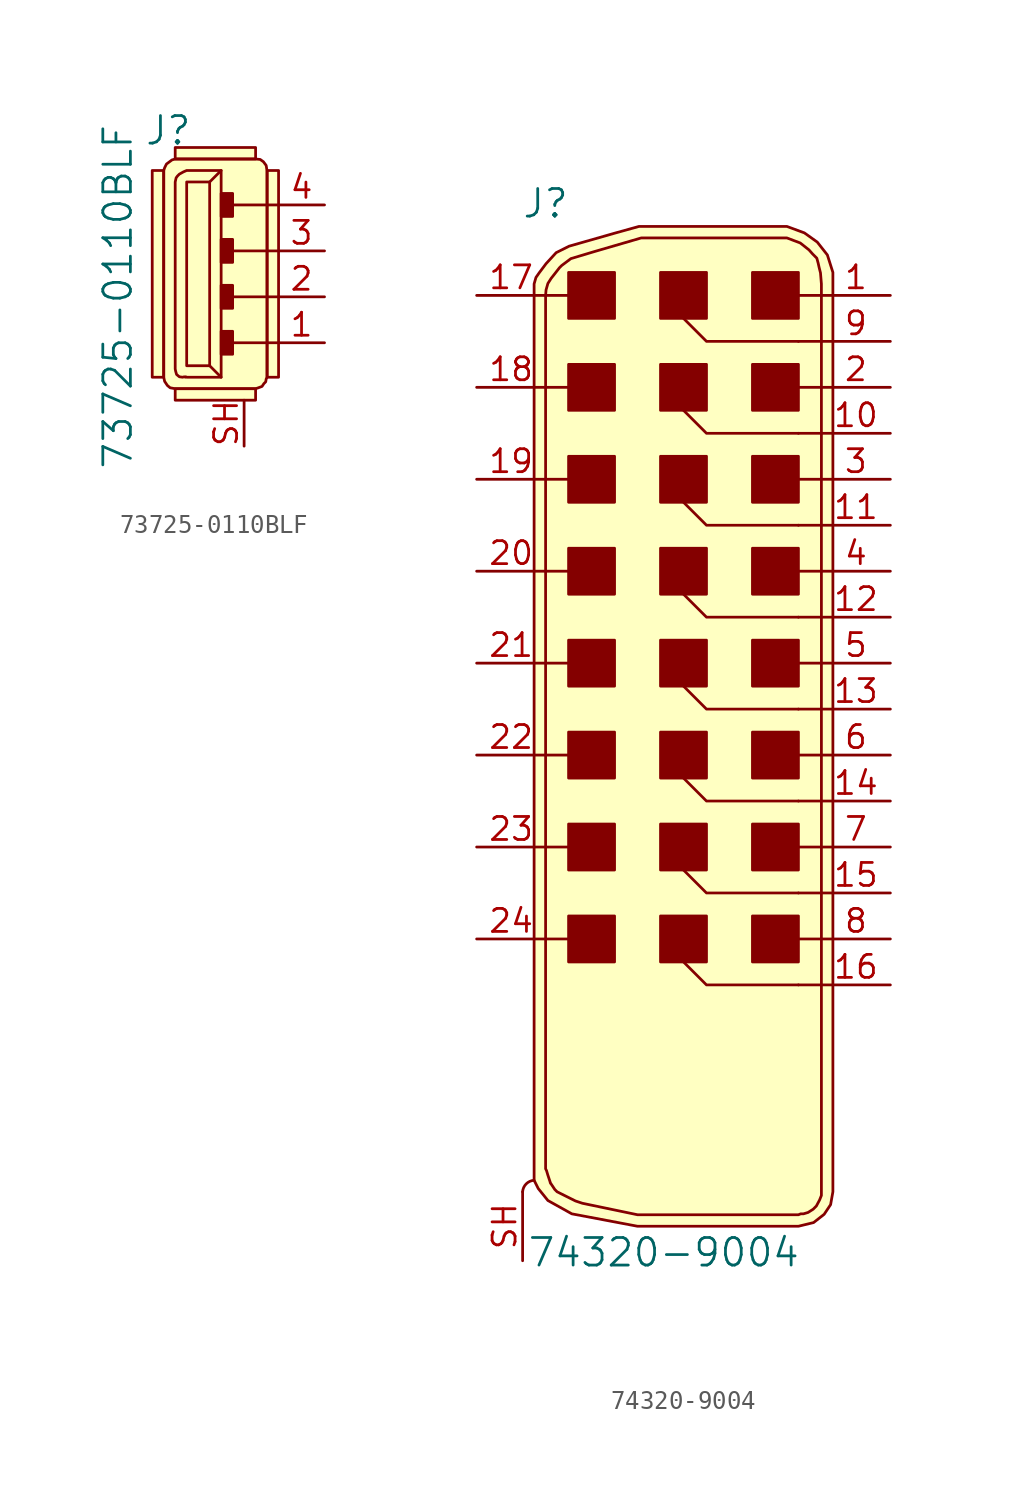
<source format=kicad_sym>
(kicad_symbol_lib
  (version 20201005)
  (generator kicad_symbol_editor)
  (symbol "73725-0110BLF"
    (pin_names
      (offset 1.016))
    (property "Reference" "J"
      (at -1.016 9.195 0)
      (effects (font (size 1.524 1.524))))
    (property "Value" "73725-0110BLF"
      (at -3.81 0 90)
      (effects (font (size 1.524 1.524))))
    (symbol "73725-0110BLF_0_1"
      (rectangle (start -1.27 -4.445) (end -1.905 6.985) (stroke (width 0)) (fill (type background)))
      (rectangle (start 1.27 6.35) (end 0 -3.81) (stroke (width 0)) (fill (type none)))
      (rectangle (start 2.54 -1.905) (end 1.905 -3.175) (stroke (width 0)) (fill (type outline)))
      (rectangle (start 2.54 0.635) (end 1.905 -0.635) (stroke (width 0)) (fill (type outline)))
      (rectangle (start 2.54 3.175) (end 1.905 1.905) (stroke (width 0)) (fill (type outline)))
      (rectangle (start 2.54 4.445) (end 1.905 5.715) (stroke (width 0)) (fill (type outline)))
      (rectangle (start 3.81 -5.08) (end -0.635 -5.715) (stroke (width 0)) (fill (type background)))
      (rectangle (start 3.81 7.62) (end -0.635 8.255) (stroke (width 0)) (fill (type background)))
      (rectangle (start 4.445 6.985) (end 5.08 -4.445) (stroke (width 0)) (fill (type background)))
      (polyline (pts (xy 1.27 -3.81) (xy 1.905 -4.445)) (stroke (width 0)) (fill (type none)))
      (polyline (pts (xy 1.27 6.35) (xy 1.905 6.985)) (stroke (width 0)) (fill (type none)))
      (polyline (pts (xy 5.08 -2.54) (xy 2.54 -2.54)) (stroke (width 0)) (fill (type none)))
      (polyline (pts (xy 5.08 0) (xy 2.54 0)) (stroke (width 0)) (fill (type none)))
      (polyline (pts (xy 5.08 2.54) (xy 2.54 2.54)) (stroke (width 0)) (fill (type none)))
      (polyline (pts (xy 5.08 5.08) (xy 2.54 5.08)) (stroke (width 0)) (fill (type none)))
      (polyline (pts (xy -0.635 6.35) (xy -0.635 -3.81) (xy -0.635 -3.988) (xy -0.61 -4.115) (xy -0.559 -4.293) (xy -0.406 -4.42) (xy -0.229 -4.445) (xy -0.127 -4.42) (xy -0.076 -4.445) (xy -0.051 -4.42) (xy 0 -4.445) (xy 1.905 -4.445) (xy 1.905 6.985) (xy 0 6.985) (xy -0.178 6.909) (xy -0.406 6.782) (xy -0.508 6.68) (xy -0.584 6.579) (xy -0.635 6.35)) (stroke (width 0)) (fill (type none)))
      (polyline (pts (xy -0.635 -5.08) (xy 3.81 -5.08) (xy 3.962 -5.029) (xy 4.166 -4.953) (xy 4.267 -4.801) (xy 4.369 -4.699) (xy 4.394 -4.547) (xy 4.445 -4.445) (xy 4.445 6.985) (xy 4.42 7.087) (xy 4.42 7.112) (xy 4.394 7.264) (xy 4.242 7.468) (xy 4.064 7.595) (xy 3.81 7.62) (xy -0.635 7.62) (xy -0.813 7.569) (xy -1.118 7.341) (xy -1.219 7.137) (xy -1.27 6.985) (xy -1.27 -4.445) (xy -1.219 -4.674) (xy -1.067 -4.902) (xy -0.914 -5.029) (xy -0.635 -5.08)) (stroke (width 0)) (fill (type background))))
    (symbol "73725-0110BLF_1_1"
      (pin passive line (at 7.62 -2.54 180) (length 2.54) (name "~" (effects (font (size 1.27 1.27)))) (number "1" (effects (font (size 1.27 1.27)))))
      (pin passive line (at 7.62 0 180) (length 2.54) (name "~" (effects (font (size 1.27 1.27)))) (number "2" (effects (font (size 1.27 1.27)))))
      (pin passive line (at 7.62 2.54 180) (length 2.54) (name "~" (effects (font (size 1.27 1.27)))) (number "3" (effects (font (size 1.27 1.27)))))
      (pin passive line (at 7.62 5.08 180) (length 2.54) (name "~" (effects (font (size 1.27 1.27)))) (number "4" (effects (font (size 1.27 1.27)))))
      (pin passive line (at 3.175 -8.255 90) (length 2.54) (name "~" (effects (font (size 1.27 1.27)))) (number "SH" (effects (font (size 1.27 1.27)))))))
  (symbol "74320-9004"
    (pin_names
      (offset 1.016))
    (property "Reference" "J"
      (at -8.89 27.94 0)
      (effects (font (size 1.524 1.524))))
    (property "Value" "74320-9004"
      (at -2.362 -30.023 0)
      (effects (font (size 1.524 1.524))))
    (symbol "74320-9004_0_1"
      (arc (start -10.16 -26.67) (end -9.525 -26.035) (radius (at -9.525 -26.6954) (length 0.635) (angles 177.7 90)) (stroke (width 0)) (fill (type none)))
      (rectangle (start -5.08 -11.43) (end -7.62 -13.97) (stroke (width 0)) (fill (type outline)))
      (rectangle (start -5.08 -6.35) (end -7.62 -8.89) (stroke (width 0)) (fill (type outline)))
      (rectangle (start -5.08 -1.27) (end -7.62 -3.81) (stroke (width 0)) (fill (type outline)))
      (rectangle (start -5.08 3.81) (end -7.62 1.27) (stroke (width 0)) (fill (type outline)))
      (rectangle (start -5.08 8.89) (end -7.62 6.35) (stroke (width 0)) (fill (type outline)))
      (rectangle (start -5.08 13.97) (end -7.62 11.43) (stroke (width 0)) (fill (type outline)))
      (rectangle (start -5.08 19.05) (end -7.62 16.51) (stroke (width 0)) (fill (type outline)))
      (rectangle (start -5.08 24.13) (end -7.62 21.59) (stroke (width 0)) (fill (type outline)))
      (rectangle (start 0 -11.43) (end -2.54 -13.97) (stroke (width 0)) (fill (type outline)))
      (rectangle (start 0 -6.35) (end -2.54 -8.89) (stroke (width 0)) (fill (type outline)))
      (rectangle (start 0 -1.27) (end -2.54 -3.81) (stroke (width 0)) (fill (type outline)))
      (rectangle (start 0 3.81) (end -2.54 1.27) (stroke (width 0)) (fill (type outline)))
      (rectangle (start 0 8.89) (end -2.54 6.35) (stroke (width 0)) (fill (type outline)))
      (rectangle (start 0 13.97) (end -2.54 11.43) (stroke (width 0)) (fill (type outline)))
      (rectangle (start 0 19.05) (end -2.54 16.51) (stroke (width 0)) (fill (type outline)))
      (rectangle (start 0 24.13) (end -2.54 21.59) (stroke (width 0)) (fill (type outline)))
      (rectangle (start 5.08 -11.43) (end 2.54 -13.97) (stroke (width 0)) (fill (type outline)))
      (rectangle (start 5.08 -6.35) (end 2.54 -8.89) (stroke (width 0)) (fill (type outline)))
      (rectangle (start 5.08 -1.27) (end 2.54 -3.81) (stroke (width 0)) (fill (type outline)))
      (rectangle (start 5.08 3.81) (end 2.54 1.27) (stroke (width 0)) (fill (type outline)))
      (rectangle (start 5.08 8.89) (end 2.54 6.35) (stroke (width 0)) (fill (type outline)))
      (rectangle (start 5.08 13.97) (end 2.54 11.43) (stroke (width 0)) (fill (type outline)))
      (rectangle (start 5.08 19.05) (end 2.54 16.51) (stroke (width 0)) (fill (type outline)))
      (rectangle (start 5.08 24.13) (end 2.54 21.59) (stroke (width 0)) (fill (type outline)))
      (polyline (pts (xy -7.62 -12.7) (xy -8.89 -12.7)) (stroke (width 0)) (fill (type none)))
      (polyline (pts (xy -7.62 -7.62) (xy -8.89 -7.62)) (stroke (width 0)) (fill (type none)))
      (polyline (pts (xy -7.62 -2.54) (xy -8.89 -2.54)) (stroke (width 0)) (fill (type none)))
      (polyline (pts (xy -7.62 2.54) (xy -8.89 2.54)) (stroke (width 0)) (fill (type none)))
      (polyline (pts (xy -7.62 7.62) (xy -8.89 7.62)) (stroke (width 0)) (fill (type none)))
      (polyline (pts (xy -7.62 12.7) (xy -8.89 12.7)) (stroke (width 0)) (fill (type none)))
      (polyline (pts (xy -7.62 17.78) (xy -8.89 17.78)) (stroke (width 0)) (fill (type none)))
      (polyline (pts (xy -7.62 22.86) (xy -8.89 22.86)) (stroke (width 0)) (fill (type none)))
      (polyline (pts (xy 5.08 22.86) (xy 5.08 22.86)) (stroke (width 0)) (fill (type none)))
      (polyline (pts (xy 6.35 -15.24) (xy 5.08 -15.24)) (stroke (width 0)) (fill (type none)))
      (polyline (pts (xy 6.35 -12.7) (xy 5.08 -12.7)) (stroke (width 0)) (fill (type none)))
      (polyline (pts (xy 6.35 -10.16) (xy 5.08 -10.16)) (stroke (width 0)) (fill (type none)))
      (polyline (pts (xy 6.35 -7.62) (xy 5.08 -7.62)) (stroke (width 0)) (fill (type none)))
      (polyline (pts (xy 6.35 -5.08) (xy 5.08 -5.08)) (stroke (width 0)) (fill (type none)))
      (polyline (pts (xy 6.35 -2.54) (xy 5.08 -2.54)) (stroke (width 0)) (fill (type none)))
      (polyline (pts (xy 6.35 0) (xy 5.08 0)) (stroke (width 0)) (fill (type none)))
      (polyline (pts (xy 6.35 2.54) (xy 5.08 2.54)) (stroke (width 0)) (fill (type none)))
      (polyline (pts (xy 6.35 5.08) (xy 5.08 5.08)) (stroke (width 0)) (fill (type none)))
      (polyline (pts (xy 6.35 7.62) (xy 5.08 7.62)) (stroke (width 0)) (fill (type none)))
      (polyline (pts (xy 6.35 10.16) (xy 5.08 10.16)) (stroke (width 0)) (fill (type none)))
      (polyline (pts (xy 6.35 12.7) (xy 5.08 12.7)) (stroke (width 0)) (fill (type none)))
      (polyline (pts (xy 6.35 15.24) (xy 5.08 15.24)) (stroke (width 0)) (fill (type none)))
      (polyline (pts (xy 6.35 17.78) (xy 5.08 17.78)) (stroke (width 0)) (fill (type none)))
      (polyline (pts (xy 6.35 20.32) (xy 5.08 20.32)) (stroke (width 0)) (fill (type none)))
      (polyline (pts (xy 6.35 22.86) (xy 5.08 22.86)) (stroke (width 0)) (fill (type none)))
      (polyline (pts (xy -1.27 -13.97) (xy 0 -15.24) (xy 5.08 -15.24)) (stroke (width 0)) (fill (type none)))
      (polyline (pts (xy -1.27 -8.89) (xy 0 -10.16) (xy 5.08 -10.16)) (stroke (width 0)) (fill (type none)))
      (polyline (pts (xy -1.27 -3.81) (xy 0 -5.08) (xy 5.08 -5.08)) (stroke (width 0)) (fill (type none)))
      (polyline (pts (xy -1.27 1.27) (xy 0 0) (xy 5.08 0)) (stroke (width 0)) (fill (type none)))
      (polyline (pts (xy -1.27 6.35) (xy 0 5.08) (xy 5.08 5.08)) (stroke (width 0)) (fill (type none)))
      (polyline (pts (xy -1.27 11.43) (xy 0 10.16) (xy 5.08 10.16)) (stroke (width 0)) (fill (type none)))
      (polyline (pts (xy -1.27 16.51) (xy 0 15.24) (xy 5.08 15.24)) (stroke (width 0)) (fill (type none)))
      (polyline (pts (xy -1.27 21.59) (xy 0 20.32) (xy 5.08 20.32)) (stroke (width 0)) (fill (type none)))
      (polyline (pts (xy 6.985 -26.67) (xy 6.985 24.13) (xy 6.68 25.095) (xy 6.121 25.806) (xy 5.41 26.314) (xy 4.445 26.67) (xy -3.734 26.67) (xy -5.105 26.289) (xy -7.595 25.578) (xy -8.306 25.222) (xy -8.865 24.613) (xy -9.246 24.105) (xy -9.423 23.851) (xy -9.525 23.495) (xy -9.525 -26.035) (xy -9.296 -26.492) (xy -8.763 -27.153) (xy -7.442 -27.889) (xy -3.81 -28.575) (xy 5.08 -28.575) (xy 5.918 -28.372) (xy 6.502 -27.915) (xy 6.858 -27.381) (xy 6.985 -26.67)) (stroke (width 0)) (fill (type background)))
      (polyline (pts (xy -8.89 22.86) (xy -8.865 23.165) (xy -8.763 23.52) (xy -8.585 23.8) (xy -8.306 24.155) (xy -8.128 24.384) (xy -8.001 24.511) (xy -7.493 24.892) (xy -6.223 25.273) (xy -3.607 26.035) (xy 0.635 26.035) (xy 4.445 26.035) (xy 5.182 25.756) (xy 5.664 25.375) (xy 5.867 25.146) (xy 6.096 24.917) (xy 6.172 24.638) (xy 6.223 24.409) (xy 6.299 24.105) (xy 6.35 23.495) (xy 6.35 -26.67) (xy 6.35 -26.873) (xy 6.248 -27.127) (xy 6.071 -27.457) (xy 5.893 -27.635) (xy 5.613 -27.813) (xy 5.359 -27.889) (xy 5.207 -27.889) (xy 5.08 -27.94) (xy -3.81 -27.94) (xy -6.858 -27.305) (xy -7.239 -27.178) (xy -7.747 -26.924) (xy -8.001 -26.797) (xy -8.255 -26.67) (xy -8.382 -26.543) (xy -8.636 -26.162) (xy -8.611 -26.213) (xy -8.687 -25.984) (xy -8.763 -25.756) (xy -8.839 -25.502) (xy -8.89 -25.4) (xy -8.89 22.86)) (stroke (width 0)) (fill (type background))))
    (symbol "74320-9004_1_1"
      (pin passive line (at 10.16 22.86 180) (length 3.81) (name "~" (effects (font (size 1.27 1.27)))) (number "1" (effects (font (size 1.27 1.27)))))
      (pin passive line (at 10.16 17.78 180) (length 3.81) (name "~" (effects (font (size 1.27 1.27)))) (number "2" (effects (font (size 1.27 1.27)))))
      (pin passive line (at 10.16 12.7 180) (length 3.81) (name "~" (effects (font (size 1.27 1.27)))) (number "3" (effects (font (size 1.27 1.27)))))
      (pin passive line (at 10.16 7.62 180) (length 3.81) (name "~" (effects (font (size 1.27 1.27)))) (number "4" (effects (font (size 1.27 1.27)))))
      (pin passive line (at 10.16 2.54 180) (length 3.81) (name "~" (effects (font (size 1.27 1.27)))) (number "5" (effects (font (size 1.27 1.27)))))
      (pin passive line (at 10.16 -2.54 180) (length 3.81) (name "~" (effects (font (size 1.27 1.27)))) (number "6" (effects (font (size 1.27 1.27)))))
      (pin passive line (at 10.16 -7.62 180) (length 3.81) (name "~" (effects (font (size 1.27 1.27)))) (number "7" (effects (font (size 1.27 1.27)))))
      (pin passive line (at 10.16 -12.7 180) (length 3.81) (name "~" (effects (font (size 1.27 1.27)))) (number "8" (effects (font (size 1.27 1.27)))))
      (pin passive line (at 10.16 20.32 180) (length 3.81) (name "~" (effects (font (size 1.27 1.27)))) (number "9" (effects (font (size 1.27 1.27)))))
      (pin passive line (at 10.16 15.24 180) (length 3.81) (name "~" (effects (font (size 1.27 1.27)))) (number "10" (effects (font (size 1.27 1.27)))))
      (pin passive line (at -12.7 7.62 0) (length 3.81) (name "~" (effects (font (size 1.27 1.27)))) (number "20" (effects (font (size 1.27 1.27)))))
      (pin passive line (at 10.16 10.16 180) (length 3.81) (name "~" (effects (font (size 1.27 1.27)))) (number "11" (effects (font (size 1.27 1.27)))))
      (pin passive line (at -12.7 2.54 0) (length 3.81) (name "~" (effects (font (size 1.27 1.27)))) (number "21" (effects (font (size 1.27 1.27)))))
      (pin passive line (at 10.16 5.08 180) (length 3.81) (name "~" (effects (font (size 1.27 1.27)))) (number "12" (effects (font (size 1.27 1.27)))))
      (pin passive line (at -12.7 -2.54 0) (length 3.81) (name "~" (effects (font (size 1.27 1.27)))) (number "22" (effects (font (size 1.27 1.27)))))
      (pin passive line (at 10.16 0 180) (length 3.81) (name "~" (effects (font (size 1.27 1.27)))) (number "13" (effects (font (size 1.27 1.27)))))
      (pin passive line (at -12.7 -7.62 0) (length 3.81) (name "~" (effects (font (size 1.27 1.27)))) (number "23" (effects (font (size 1.27 1.27)))))
      (pin passive line (at 10.16 -5.08 180) (length 3.81) (name "~" (effects (font (size 1.27 1.27)))) (number "14" (effects (font (size 1.27 1.27)))))
      (pin passive line (at -12.7 -12.7 0) (length 3.81) (name "~" (effects (font (size 1.27 1.27)))) (number "24" (effects (font (size 1.27 1.27)))))
      (pin passive line (at 10.16 -10.16 180) (length 3.81) (name "~" (effects (font (size 1.27 1.27)))) (number "15" (effects (font (size 1.27 1.27)))))
      (pin passive line (at 10.16 -15.24 180) (length 3.81) (name "~" (effects (font (size 1.27 1.27)))) (number "16" (effects (font (size 1.27 1.27)))))
      (pin passive line (at -12.7 22.86 0) (length 3.81) (name "~" (effects (font (size 1.27 1.27)))) (number "17" (effects (font (size 1.27 1.27)))))
      (pin passive line (at -12.7 17.78 0) (length 3.81) (name "~" (effects (font (size 1.27 1.27)))) (number "18" (effects (font (size 1.27 1.27)))))
      (pin passive line (at -12.7 12.7 0) (length 3.81) (name "~" (effects (font (size 1.27 1.27)))) (number "19" (effects (font (size 1.27 1.27)))))
      (pin passive line (at -10.16 -30.48 90) (length 3.81) (name "~" (effects (font (size 1.27 1.27)))) (number "SH" (effects (font (size 1.27 1.27))))))))
</source>
